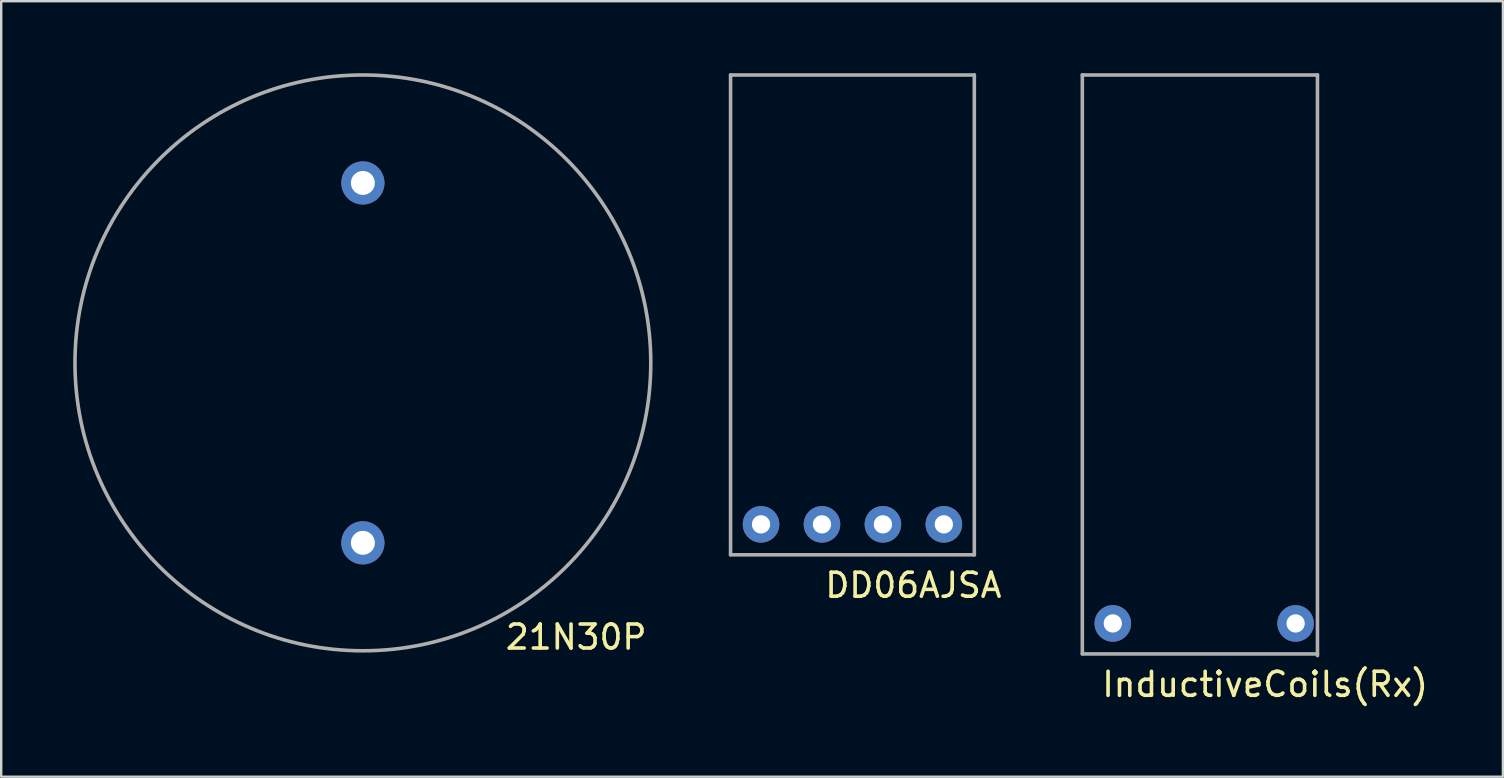
<source format=kicad_pcb>
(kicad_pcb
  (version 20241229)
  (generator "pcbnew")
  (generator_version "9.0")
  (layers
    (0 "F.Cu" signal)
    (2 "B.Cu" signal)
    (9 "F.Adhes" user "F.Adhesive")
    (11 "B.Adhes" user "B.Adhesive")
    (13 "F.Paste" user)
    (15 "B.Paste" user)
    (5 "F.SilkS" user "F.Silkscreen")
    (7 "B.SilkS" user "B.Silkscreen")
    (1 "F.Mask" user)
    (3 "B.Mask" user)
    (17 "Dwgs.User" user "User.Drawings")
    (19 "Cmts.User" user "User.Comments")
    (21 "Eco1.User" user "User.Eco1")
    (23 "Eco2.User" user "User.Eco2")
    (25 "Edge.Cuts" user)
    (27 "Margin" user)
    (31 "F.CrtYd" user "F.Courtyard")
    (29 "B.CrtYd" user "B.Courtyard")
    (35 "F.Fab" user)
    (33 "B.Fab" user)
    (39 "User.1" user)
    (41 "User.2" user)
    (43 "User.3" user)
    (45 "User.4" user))
  (footprint "InductiveCoils(Rx)"
    (layer "F.Cu")
    (at 42.062 24.205)
    (property "Reference" "InductiveCoils(Rx)" (at 7.62 1.27 0) (layer "F.SilkS") (effects (font (size 1 1) (thickness 0.15))))
    (attr through_hole)
    (fp_line (start 0 -24.13) (end 0 0) (stroke (width 0.15) (type solid)) (layer "F.Fab"))
    (fp_line (start 0 -24.13) (end 9.8 -24.13) (stroke (width 0.15) (type solid)) (layer "F.Fab"))
    (fp_line (start 0 0) (end 9.8 0) (stroke (width 0.15) (type solid)) (layer "F.Fab"))
    (fp_line (start 9.8 -24.13) (end 9.8 0.07) (stroke (width 0.15) (type solid)) (layer "F.Fab"))
    (pad "1" thru_hole circle (at 8.89 -1.27) (size 1.524 1.524) (drill 0.762) (layers "*.Cu" "*.Mask"))
    (pad "2" thru_hole circle (at 1.27 -1.27) (size 1.524 1.524) (drill 0.762) (layers "*.Cu" "*.Mask")))
  (footprint "21N30P"
    (layer "F.Cu")
    (at 12.075 12.075)
    (property "Reference" "21N30P" (at 8.89 11.43 0) (layer "F.SilkS") (effects (font (size 1 1) (thickness 0.15))))
    (attr through_hole)
    (fp_circle (center 0 0) (end 0 12) (stroke (width 0.15) (type solid)) (fill no) (layer "F.Fab"))
    (pad "1" thru_hole circle (at 0 -7.5) (size 1.8 1.8) (drill 1) (layers "*.Cu" "*.Mask"))
    (pad "2" thru_hole circle (at 0 7.5) (size 1.8 1.8) (drill 1) (layers "*.Cu" "*.Mask")))
  (footprint "DD06AJSA"
    (layer "F.Cu")
    (at 27.4 20.075)
    (property "Reference" "DD06AJSA" (at 7.62 1.27 0) (layer "F.SilkS") (effects (font (size 1 1) (thickness 0.15))))
    (attr through_hole)
    (fp_line (start 0 -20) (end 10.16 -20) (stroke (width 0.15) (type solid)) (layer "F.Fab"))
    (fp_line (start 0 0) (end 0 -20) (stroke (width 0.15) (type solid)) (layer "F.Fab"))
    (fp_line (start 0 0) (end 10.16 0) (stroke (width 0.15) (type solid)) (layer "F.Fab"))
    (fp_line (start 10.16 0) (end 10.16 -20) (stroke (width 0.15) (type solid)) (layer "F.Fab"))
    (pad "1" thru_hole circle (at 1.27 -1.27) (size 1.524 1.524) (drill 0.762) (layers "*.Cu" "*.Mask"))
    (pad "2" thru_hole circle (at 3.81 -1.27) (size 1.524 1.524) (drill 0.762) (layers "*.Cu" "*.Mask"))
    (pad "3" thru_hole circle (at 6.35 -1.27) (size 1.524 1.524) (drill 0.762) (layers "*.Cu" "*.Mask"))
    (pad "4" thru_hole circle (at 8.89 -1.27) (size 1.524 1.524) (drill 0.762) (layers "*.Cu" "*.Mask")))
  (gr_rect
    (start -3 -3)
    (end 59.592 29.323)
    (stroke (width 0.1) (type default))
    (fill no)
    (layer "Edge.Cuts")))
</source>
